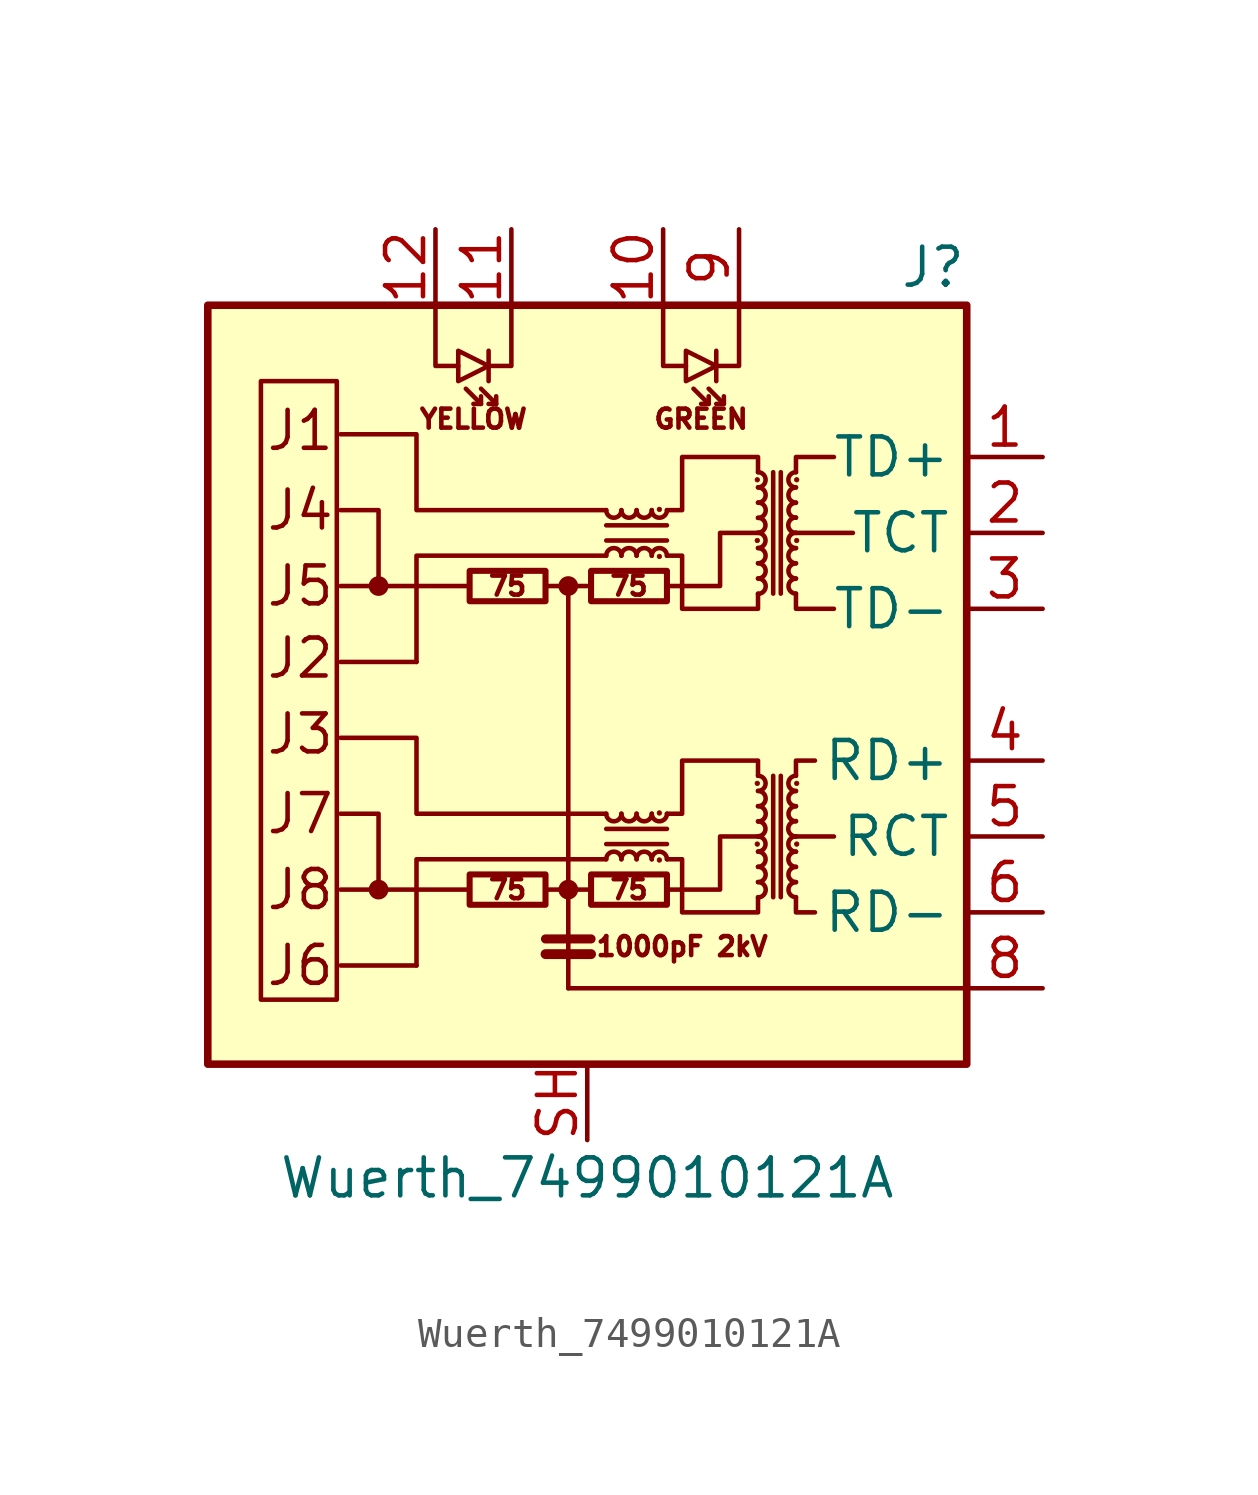
<source format=kicad_sym>
(kicad_symbol_lib
  (version 20201005)
  (generator kicad_symbol_editor)
  (symbol "Wuerth_7499010121A"
    (property "Reference" "J"
      (at 12.7 13.97 0)
      (effects (font (size 1.27 1.27)) (justify right)))
    (property "Value" "Wuerth_7499010121A"
      (at 0 -16.51 0)
      (effects (font (size 1.27 1.27))))
    (symbol "Wuerth_7499010121A_0_0"
      (text "1000pF 2kV" (at 3.175 -8.763 0) (effects (font (size 0.635 0.635))))
      (text "75" (at -2.667 -6.858 0) (effects (font (size 0.635 0.635))))
      (text "75" (at -2.667 3.302 0) (effects (font (size 0.635 0.635))))
      (text "75" (at 1.397 -6.858 0) (effects (font (size 0.635 0.635))))
      (text "75" (at 1.397 3.302 0) (effects (font (size 0.635 0.635))))
      (text "GREEN" (at 3.81 8.89 0) (effects (font (size 0.635 0.635))))
      (text "J1" (at -10.795 8.509 0) (effects (font (size 1.27 1.27)) (justify left)))
      (text "J2" (at -10.795 0.889 0) (effects (font (size 1.27 1.27)) (justify left)))
      (text "J3" (at -10.795 -1.651 0) (effects (font (size 1.27 1.27)) (justify left)))
      (text "J4" (at -10.795 5.842 0) (effects (font (size 1.27 1.27)) (justify left)))
      (text "J5" (at -10.795 3.302 0) (effects (font (size 1.27 1.27)) (justify left)))
      (text "J6" (at -10.795 -9.398 0) (effects (font (size 1.27 1.27)) (justify left)))
      (text "J7" (at -10.795 -4.318 0) (effects (font (size 1.27 1.27)) (justify left)))
      (text "J8" (at -10.795 -6.858 0) (effects (font (size 1.27 1.27)) (justify left)))
      (text "YELLOW" (at -3.81 8.89 0) (effects (font (size 0.635 0.635))))
      (rectangle (start -12.7 12.7) (end 12.7 -12.7) (stroke (width 0.254)) (fill (type background)))
      (polyline (pts (xy -3.937 -6.858) (xy -8.255 -6.858)) (stroke (width 0)) (fill (type none)))
      (polyline (pts (xy -3.937 3.302) (xy -8.255 3.302)) (stroke (width 0)) (fill (type none)))
      (polyline (pts (xy -0.635 -10.16) (xy 12.7 -10.16)) (stroke (width 0)) (fill (type none)))
      (polyline (pts (xy 8.255 -5.08) (xy 6.985 -5.08)) (stroke (width 0)) (fill (type none)))
      (polyline (pts (xy 8.89 5.08) (xy 6.985 5.08)) (stroke (width 0)) (fill (type none)))
      (polyline (pts (xy 0.635 -4.318) (xy -5.715 -4.318) (xy -5.715 -1.778) (xy -8.255 -1.778)) (stroke (width 0)) (fill (type none)))
      (polyline (pts (xy 0.635 5.842) (xy -5.715 5.842) (xy -5.715 8.382) (xy -8.255 8.382)) (stroke (width 0)) (fill (type none)))
      (polyline (pts (xy 2.667 -6.858) (xy 4.445 -6.858) (xy 4.445 -5.08) (xy 5.715 -5.08)) (stroke (width 0)) (fill (type none)))
      (polyline (pts (xy 2.667 3.302) (xy 4.445 3.302) (xy 4.445 5.08) (xy 5.715 5.08)) (stroke (width 0)) (fill (type none))))
    (symbol "Wuerth_7499010121A_0_1"
      (arc (start 1.143 -5.842) (end 0.635 -5.842) (radius (at 0.889 -5.842) (length 0.254) (angles 0.1 179.9)) (stroke (width 0)) (fill (type none)))
      (arc (start 0.635 -4.318) (end 1.143 -4.318) (radius (at 0.889 -4.318) (length 0.254) (angles -179.9 -0.1)) (stroke (width 0)) (fill (type none)))
      (arc (start 1.143 4.318) (end 0.635 4.318) (radius (at 0.889 4.318) (length 0.254) (angles 0.1 179.9)) (stroke (width 0)) (fill (type none)))
      (arc (start 0.635 5.842) (end 1.143 5.842) (radius (at 0.889 5.842) (length 0.254) (angles -179.9 -0.1)) (stroke (width 0)) (fill (type none)))
      (arc (start 1.651 -5.842) (end 1.143 -5.842) (radius (at 1.397 -5.842) (length 0.254) (angles 0.1 179.9)) (stroke (width 0)) (fill (type none)))
      (arc (start 1.143 -4.318) (end 1.651 -4.318) (radius (at 1.397 -4.318) (length 0.254) (angles -179.9 -0.1)) (stroke (width 0)) (fill (type none)))
      (arc (start 1.651 4.318) (end 1.143 4.318) (radius (at 1.397 4.318) (length 0.254) (angles 0.1 179.9)) (stroke (width 0)) (fill (type none)))
      (arc (start 1.143 5.842) (end 1.651 5.842) (radius (at 1.397 5.842) (length 0.254) (angles -179.9 -0.1)) (stroke (width 0)) (fill (type none)))
      (arc (start 2.159 -5.842) (end 1.651 -5.842) (radius (at 1.905 -5.842) (length 0.254) (angles 0.1 179.9)) (stroke (width 0)) (fill (type none)))
      (arc (start 1.651 -4.318) (end 2.159 -4.318) (radius (at 1.905 -4.318) (length 0.254) (angles -179.9 -0.1)) (stroke (width 0)) (fill (type none)))
      (arc (start 2.159 4.318) (end 1.651 4.318) (radius (at 1.905 4.318) (length 0.254) (angles 0.1 179.9)) (stroke (width 0)) (fill (type none)))
      (arc (start 1.651 5.842) (end 2.159 5.842) (radius (at 1.905 5.842) (length 0.254) (angles -179.9 -0.1)) (stroke (width 0)) (fill (type none)))
      (arc (start 2.667 -5.842) (end 2.159 -5.842) (radius (at 2.413 -5.842) (length 0.254) (angles 0.1 179.9)) (stroke (width 0)) (fill (type none)))
      (arc (start 2.159 -4.318) (end 2.667 -4.318) (radius (at 2.413 -4.318) (length 0.254) (angles -179.9 -0.1)) (stroke (width 0)) (fill (type none)))
      (arc (start 2.667 4.318) (end 2.159 4.318) (radius (at 2.413 4.318) (length 0.254) (angles 0.1 179.9)) (stroke (width 0)) (fill (type none)))
      (arc (start 2.159 5.842) (end 2.667 5.842) (radius (at 2.413 5.842) (length 0.254) (angles -179.9 -0.1)) (stroke (width 0)) (fill (type none)))
      (arc (start 5.715 -7.112) (end 5.715 -6.604) (radius (at 5.715 -6.858) (length 0.254) (angles -89.9 89.9)) (stroke (width 0)) (fill (type none)))
      (arc (start 5.715 -6.604) (end 5.715 -6.096) (radius (at 5.715 -6.35) (length 0.254) (angles -89.9 89.9)) (stroke (width 0)) (fill (type none)))
      (arc (start 5.715 -6.096) (end 5.715 -5.588) (radius (at 5.715 -5.842) (length 0.254) (angles -89.9 89.9)) (stroke (width 0)) (fill (type none)))
      (arc (start 5.715 -5.588) (end 5.715 -5.08) (radius (at 5.715 -5.334) (length 0.254) (angles -89.9 89.9)) (stroke (width 0)) (fill (type none)))
      (arc (start 5.715 -5.08) (end 5.715 -4.572) (radius (at 5.715 -4.826) (length 0.254) (angles -89.9 89.9)) (stroke (width 0)) (fill (type none)))
      (arc (start 5.715 -4.572) (end 5.715 -4.064) (radius (at 5.715 -4.318) (length 0.254) (angles -89.9 89.9)) (stroke (width 0)) (fill (type none)))
      (arc (start 5.715 -4.064) (end 5.715 -3.556) (radius (at 5.715 -3.81) (length 0.254) (angles -89.9 89.9)) (stroke (width 0)) (fill (type none)))
      (arc (start 5.715 -3.556) (end 5.715 -3.048) (radius (at 5.715 -3.302) (length 0.254) (angles -89.9 89.9)) (stroke (width 0)) (fill (type none)))
      (arc (start 5.715 3.048) (end 5.715 3.556) (radius (at 5.715 3.302) (length 0.254) (angles -89.9 89.9)) (stroke (width 0)) (fill (type none)))
      (arc (start 5.715 3.556) (end 5.715 4.064) (radius (at 5.715 3.81) (length 0.254) (angles -89.9 89.9)) (stroke (width 0)) (fill (type none)))
      (arc (start 5.715 4.064) (end 5.715 4.572) (radius (at 5.715 4.318) (length 0.254) (angles -89.9 89.9)) (stroke (width 0)) (fill (type none)))
      (arc (start 5.715 4.572) (end 5.715 5.08) (radius (at 5.715 4.826) (length 0.254) (angles -89.9 89.9)) (stroke (width 0)) (fill (type none)))
      (arc (start 5.715 5.08) (end 5.715 5.588) (radius (at 5.715 5.334) (length 0.254) (angles -89.9 89.9)) (stroke (width 0)) (fill (type none)))
      (arc (start 5.715 5.588) (end 5.715 6.096) (radius (at 5.715 5.842) (length 0.254) (angles -89.9 89.9)) (stroke (width 0)) (fill (type none)))
      (arc (start 5.715 6.096) (end 5.715 6.604) (radius (at 5.715 6.35) (length 0.254) (angles -89.9 89.9)) (stroke (width 0)) (fill (type none)))
      (arc (start 5.715 6.604) (end 5.715 7.112) (radius (at 5.715 6.858) (length 0.254) (angles -89.9 89.9)) (stroke (width 0)) (fill (type none)))
      (arc (start 6.985 -6.604) (end 6.985 -7.112) (radius (at 6.985 -6.858) (length 0.254) (angles 90.1 -90.1)) (stroke (width 0)) (fill (type none)))
      (arc (start 6.985 -6.096) (end 6.985 -6.604) (radius (at 6.985 -6.35) (length 0.254) (angles 90.1 -90.1)) (stroke (width 0)) (fill (type none)))
      (arc (start 6.985 -5.588) (end 6.985 -6.096) (radius (at 6.985 -5.842) (length 0.254) (angles 90.1 -90.1)) (stroke (width 0)) (fill (type none)))
      (arc (start 6.985 -5.08) (end 6.985 -5.588) (radius (at 6.985 -5.334) (length 0.254) (angles 90.1 -90.1)) (stroke (width 0)) (fill (type none)))
      (arc (start 6.985 -4.572) (end 6.985 -5.08) (radius (at 6.985 -4.826) (length 0.254) (angles 90.1 -90.1)) (stroke (width 0)) (fill (type none)))
      (arc (start 6.985 -4.064) (end 6.985 -4.572) (radius (at 6.985 -4.318) (length 0.254) (angles 90.1 -90.1)) (stroke (width 0)) (fill (type none)))
      (arc (start 6.985 -3.556) (end 6.985 -4.064) (radius (at 6.985 -3.81) (length 0.254) (angles 90.1 -90.1)) (stroke (width 0)) (fill (type none)))
      (arc (start 6.985 -3.048) (end 6.985 -3.556) (radius (at 6.985 -3.302) (length 0.254) (angles 90.1 -90.1)) (stroke (width 0)) (fill (type none)))
      (arc (start 6.985 3.556) (end 6.985 3.048) (radius (at 6.985 3.302) (length 0.254) (angles 90.1 -90.1)) (stroke (width 0)) (fill (type none)))
      (arc (start 6.985 4.064) (end 6.985 3.556) (radius (at 6.985 3.81) (length 0.254) (angles 90.1 -90.1)) (stroke (width 0)) (fill (type none)))
      (arc (start 6.985 4.572) (end 6.985 4.064) (radius (at 6.985 4.318) (length 0.254) (angles 90.1 -90.1)) (stroke (width 0)) (fill (type none)))
      (arc (start 6.985 5.08) (end 6.985 4.572) (radius (at 6.985 4.826) (length 0.254) (angles 90.1 -90.1)) (stroke (width 0)) (fill (type none)))
      (arc (start 6.985 5.588) (end 6.985 5.08) (radius (at 6.985 5.334) (length 0.254) (angles 90.1 -90.1)) (stroke (width 0)) (fill (type none)))
      (arc (start 6.985 6.096) (end 6.985 5.588) (radius (at 6.985 5.842) (length 0.254) (angles 90.1 -90.1)) (stroke (width 0)) (fill (type none)))
      (arc (start 6.985 6.604) (end 6.985 6.096) (radius (at 6.985 6.35) (length 0.254) (angles 90.1 -90.1)) (stroke (width 0)) (fill (type none)))
      (arc (start 6.985 7.112) (end 6.985 6.604) (radius (at 6.985 6.858) (length 0.254) (angles 90.1 -90.1)) (stroke (width 0)) (fill (type none)))
      (circle (center -6.985 -6.858) (radius 0.254) (stroke (width 0)) (fill (type outline)))
      (circle (center -6.985 3.302) (radius 0.254) (stroke (width 0)) (fill (type outline)))
      (circle (center -0.635 -6.858) (radius 0.254) (stroke (width 0)) (fill (type outline)))
      (circle (center -0.635 3.302) (radius 0.254) (stroke (width 0)) (fill (type outline)))
      (circle (center 2.413 -5.867) (radius 0.076) (stroke (width 0.025)) (fill (type outline)))
      (circle (center 2.413 -4.293) (radius 0.076) (stroke (width 0.025)) (fill (type outline)))
      (circle (center 2.413 4.293) (radius 0.076) (stroke (width 0.025)) (fill (type outline)))
      (circle (center 2.413 5.867) (radius 0.076) (stroke (width 0.025)) (fill (type outline)))
      (circle (center 5.69 -5.334) (radius 0.076) (stroke (width 0.025)) (fill (type outline)))
      (circle (center 5.69 -3.302) (radius 0.076) (stroke (width 0.025)) (fill (type outline)))
      (circle (center 5.69 4.826) (radius 0.076) (stroke (width 0.025)) (fill (type outline)))
      (circle (center 5.69 6.858) (radius 0.076) (stroke (width 0.025)) (fill (type outline)))
      (circle (center 7.01 -5.334) (radius 0.076) (stroke (width 0.025)) (fill (type outline)))
      (circle (center 7.01 -3.302) (radius 0.076) (stroke (width 0.025)) (fill (type outline)))
      (circle (center 7.01 4.826) (radius 0.076) (stroke (width 0.025)) (fill (type outline)))
      (circle (center 7.01 6.858) (radius 0.076) (stroke (width 0.025)) (fill (type outline)))
      (rectangle (start -8.382 -10.541) (end -10.922 10.16) (stroke (width 0)) (fill (type none)))
      (rectangle (start -3.937 -7.366) (end -1.397 -6.35) (stroke (width 0.203)) (fill (type none)))
      (rectangle (start -3.937 2.794) (end -1.397 3.81) (stroke (width 0.203)) (fill (type none)))
      (rectangle (start 0.127 -7.366) (end 2.667 -6.35) (stroke (width 0.203)) (fill (type none)))
      (rectangle (start 0.127 2.794) (end 2.667 3.81) (stroke (width 0.203)) (fill (type none)))
      (polyline (pts (xy -5.715 -9.398) (xy -8.255 -9.398)) (stroke (width 0)) (fill (type none)))
      (polyline (pts (xy -5.715 0.762) (xy -8.255 0.762)) (stroke (width 0)) (fill (type none)))
      (polyline (pts (xy -3.556 9.398) (xy -4.064 9.906)) (stroke (width 0)) (fill (type none)))
      (polyline (pts (xy -3.302 11.176) (xy -3.302 10.16)) (stroke (width 0)) (fill (type none)))
      (polyline (pts (xy -3.048 9.398) (xy -3.556 9.906)) (stroke (width 0)) (fill (type none)))
      (polyline (pts (xy -1.397 -9.017) (xy 0.127 -9.017)) (stroke (width 0.33)) (fill (type none)))
      (polyline (pts (xy -1.397 -8.509) (xy 0.127 -8.509)) (stroke (width 0.305)) (fill (type none)))
      (polyline (pts (xy -0.635 3.302) (xy -1.397 3.302)) (stroke (width 0)) (fill (type none)))
      (polyline (pts (xy 0.127 -6.858) (xy -1.397 -6.858)) (stroke (width 0)) (fill (type none)))
      (polyline (pts (xy 0.635 -5.334) (xy 2.667 -5.334)) (stroke (width 0)) (fill (type none)))
      (polyline (pts (xy 0.635 4.826) (xy 2.667 4.826)) (stroke (width 0)) (fill (type none)))
      (polyline (pts (xy 2.667 -4.826) (xy 0.635 -4.826)) (stroke (width 0)) (fill (type none)))
      (polyline (pts (xy 2.667 5.334) (xy 0.635 5.334)) (stroke (width 0)) (fill (type none)))
      (polyline (pts (xy 4.064 9.398) (xy 3.556 9.906)) (stroke (width 0)) (fill (type none)))
      (polyline (pts (xy 4.318 11.176) (xy 4.318 10.16)) (stroke (width 0)) (fill (type none)))
      (polyline (pts (xy 4.572 9.398) (xy 4.064 9.906)) (stroke (width 0)) (fill (type none)))
      (polyline (pts (xy 6.223 -3.048) (xy 6.223 -7.112)) (stroke (width 0)) (fill (type none)))
      (polyline (pts (xy 6.223 7.112) (xy 6.223 3.048)) (stroke (width 0)) (fill (type none)))
      (polyline (pts (xy 6.477 -7.112) (xy 6.477 -3.048)) (stroke (width 0)) (fill (type none)))
      (polyline (pts (xy 6.477 3.048) (xy 6.477 7.112)) (stroke (width 0)) (fill (type none)))
      (polyline (pts (xy -6.985 -6.858) (xy -6.985 -4.318) (xy -8.255 -4.318)) (stroke (width 0)) (fill (type none)))
      (polyline (pts (xy -6.985 3.302) (xy -6.985 5.842) (xy -8.255 5.842)) (stroke (width 0)) (fill (type none)))
      (polyline (pts (xy -5.08 12.7) (xy -5.08 10.668) (xy -4.318 10.668)) (stroke (width 0)) (fill (type none)))
      (polyline (pts (xy -3.556 9.652) (xy -3.556 9.398) (xy -3.81 9.398)) (stroke (width 0)) (fill (type none)))
      (polyline (pts (xy -3.048 9.652) (xy -3.048 9.398) (xy -3.302 9.398)) (stroke (width 0)) (fill (type none)))
      (polyline (pts (xy -2.54 12.7) (xy -2.54 10.668) (xy -3.302 10.668)) (stroke (width 0)) (fill (type none)))
      (polyline (pts (xy -0.635 -10.16) (xy -0.635 3.302) (xy 0 3.302)) (stroke (width 0)) (fill (type none)))
      (polyline (pts (xy 0.635 -5.842) (xy -5.715 -5.842) (xy -5.715 -9.398)) (stroke (width 0)) (fill (type none)))
      (polyline (pts (xy 0.635 4.318) (xy -5.715 4.318) (xy -5.715 0.762)) (stroke (width 0)) (fill (type none)))
      (polyline (pts (xy 2.54 12.7) (xy 2.54 10.668) (xy 3.302 10.668)) (stroke (width 0)) (fill (type none)))
      (polyline (pts (xy 4.064 9.652) (xy 4.064 9.398) (xy 3.81 9.398)) (stroke (width 0)) (fill (type none)))
      (polyline (pts (xy 4.572 9.652) (xy 4.572 9.398) (xy 4.318 9.398)) (stroke (width 0)) (fill (type none)))
      (polyline (pts (xy 5.08 12.7) (xy 5.08 10.668) (xy 4.318 10.668)) (stroke (width 0)) (fill (type none)))
      (polyline (pts (xy 6.985 -7.112) (xy 6.985 -7.62) (xy 7.62 -7.62)) (stroke (width 0)) (fill (type none)))
      (polyline (pts (xy 6.985 -3.048) (xy 6.985 -2.54) (xy 7.62 -2.54)) (stroke (width 0)) (fill (type none)))
      (polyline (pts (xy 6.985 3.048) (xy 6.985 2.54) (xy 8.255 2.54)) (stroke (width 0)) (fill (type none)))
      (polyline (pts (xy 6.985 7.112) (xy 6.985 7.62) (xy 8.255 7.62)) (stroke (width 0)) (fill (type none)))
      (polyline (pts (xy -3.302 10.668) (xy -4.318 11.176) (xy -4.318 10.16) (xy -3.302 10.668)) (stroke (width 0)) (fill (type none)))
      (polyline (pts (xy 4.318 10.668) (xy 3.302 11.176) (xy 3.302 10.16) (xy 4.318 10.668)) (stroke (width 0)) (fill (type none)))
      (polyline (pts (xy 2.667 -4.318) (xy 3.175 -4.318) (xy 3.175 -2.54) (xy 5.715 -2.54) (xy 5.715 -3.048)) (stroke (width 0)) (fill (type none)))
      (polyline (pts (xy 2.667 5.842) (xy 3.175 5.842) (xy 3.175 7.62) (xy 5.715 7.62) (xy 5.715 7.112)) (stroke (width 0)) (fill (type none)))
      (polyline (pts (xy 5.715 -7.112) (xy 5.715 -7.62) (xy 3.175 -7.62) (xy 3.175 -5.842) (xy 2.667 -5.842)) (stroke (width 0)) (fill (type none)))
      (polyline (pts (xy 5.715 3.048) (xy 5.715 2.54) (xy 3.175 2.54) (xy 3.175 4.318) (xy 2.667 4.318)) (stroke (width 0)) (fill (type none))))
    (symbol "Wuerth_7499010121A_1_1"
      (pin passive line (at 15.24 7.62 180) (length 2.54) (name "TD+" (effects (font (size 1.27 1.27)))) (number "1" (effects (font (size 1.27 1.27)))))
      (pin passive line (at 2.54 15.24 270) (length 2.54) (name "~" (effects (font (size 1.27 1.27)))) (number "10" (effects (font (size 1.27 1.27)))))
      (pin passive line (at -2.54 15.24 270) (length 2.54) (name "~" (effects (font (size 1.27 1.27)))) (number "11" (effects (font (size 1.27 1.27)))))
      (pin passive line (at -5.08 15.24 270) (length 2.54) (name "~" (effects (font (size 1.27 1.27)))) (number "12" (effects (font (size 1.27 1.27)))))
      (pin passive line (at 15.24 5.08 180) (length 2.54) (name "TCT" (effects (font (size 1.27 1.27)))) (number "2" (effects (font (size 1.27 1.27)))))
      (pin passive line (at 15.24 2.54 180) (length 2.54) (name "TD-" (effects (font (size 1.27 1.27)))) (number "3" (effects (font (size 1.27 1.27)))))
      (pin passive line (at 15.24 -2.54 180) (length 2.54) (name "RD+" (effects (font (size 1.27 1.27)))) (number "4" (effects (font (size 1.27 1.27)))))
      (pin passive line (at 15.24 -5.08 180) (length 2.54) (name "RCT" (effects (font (size 1.27 1.27)))) (number "5" (effects (font (size 1.27 1.27)))))
      (pin passive line (at 15.24 -7.62 180) (length 2.54) (name "RD-" (effects (font (size 1.27 1.27)))) (number "6" (effects (font (size 1.27 1.27)))))
      (pin passive line (at 15.24 -10.16 180) (length 2.54) (name "~" (effects (font (size 1.27 1.27)))) (number "8" (effects (font (size 1.27 1.27)))))
      (pin passive line (at 5.08 15.24 270) (length 2.54) (name "~" (effects (font (size 1.27 1.27)))) (number "9" (effects (font (size 1.27 1.27)))))
      (pin passive line (at 0 -15.24 90) (length 2.54) (name "~" (effects (font (size 1.27 1.27)))) (number "SH" (effects (font (size 1.27 1.27))))))))
</source>
